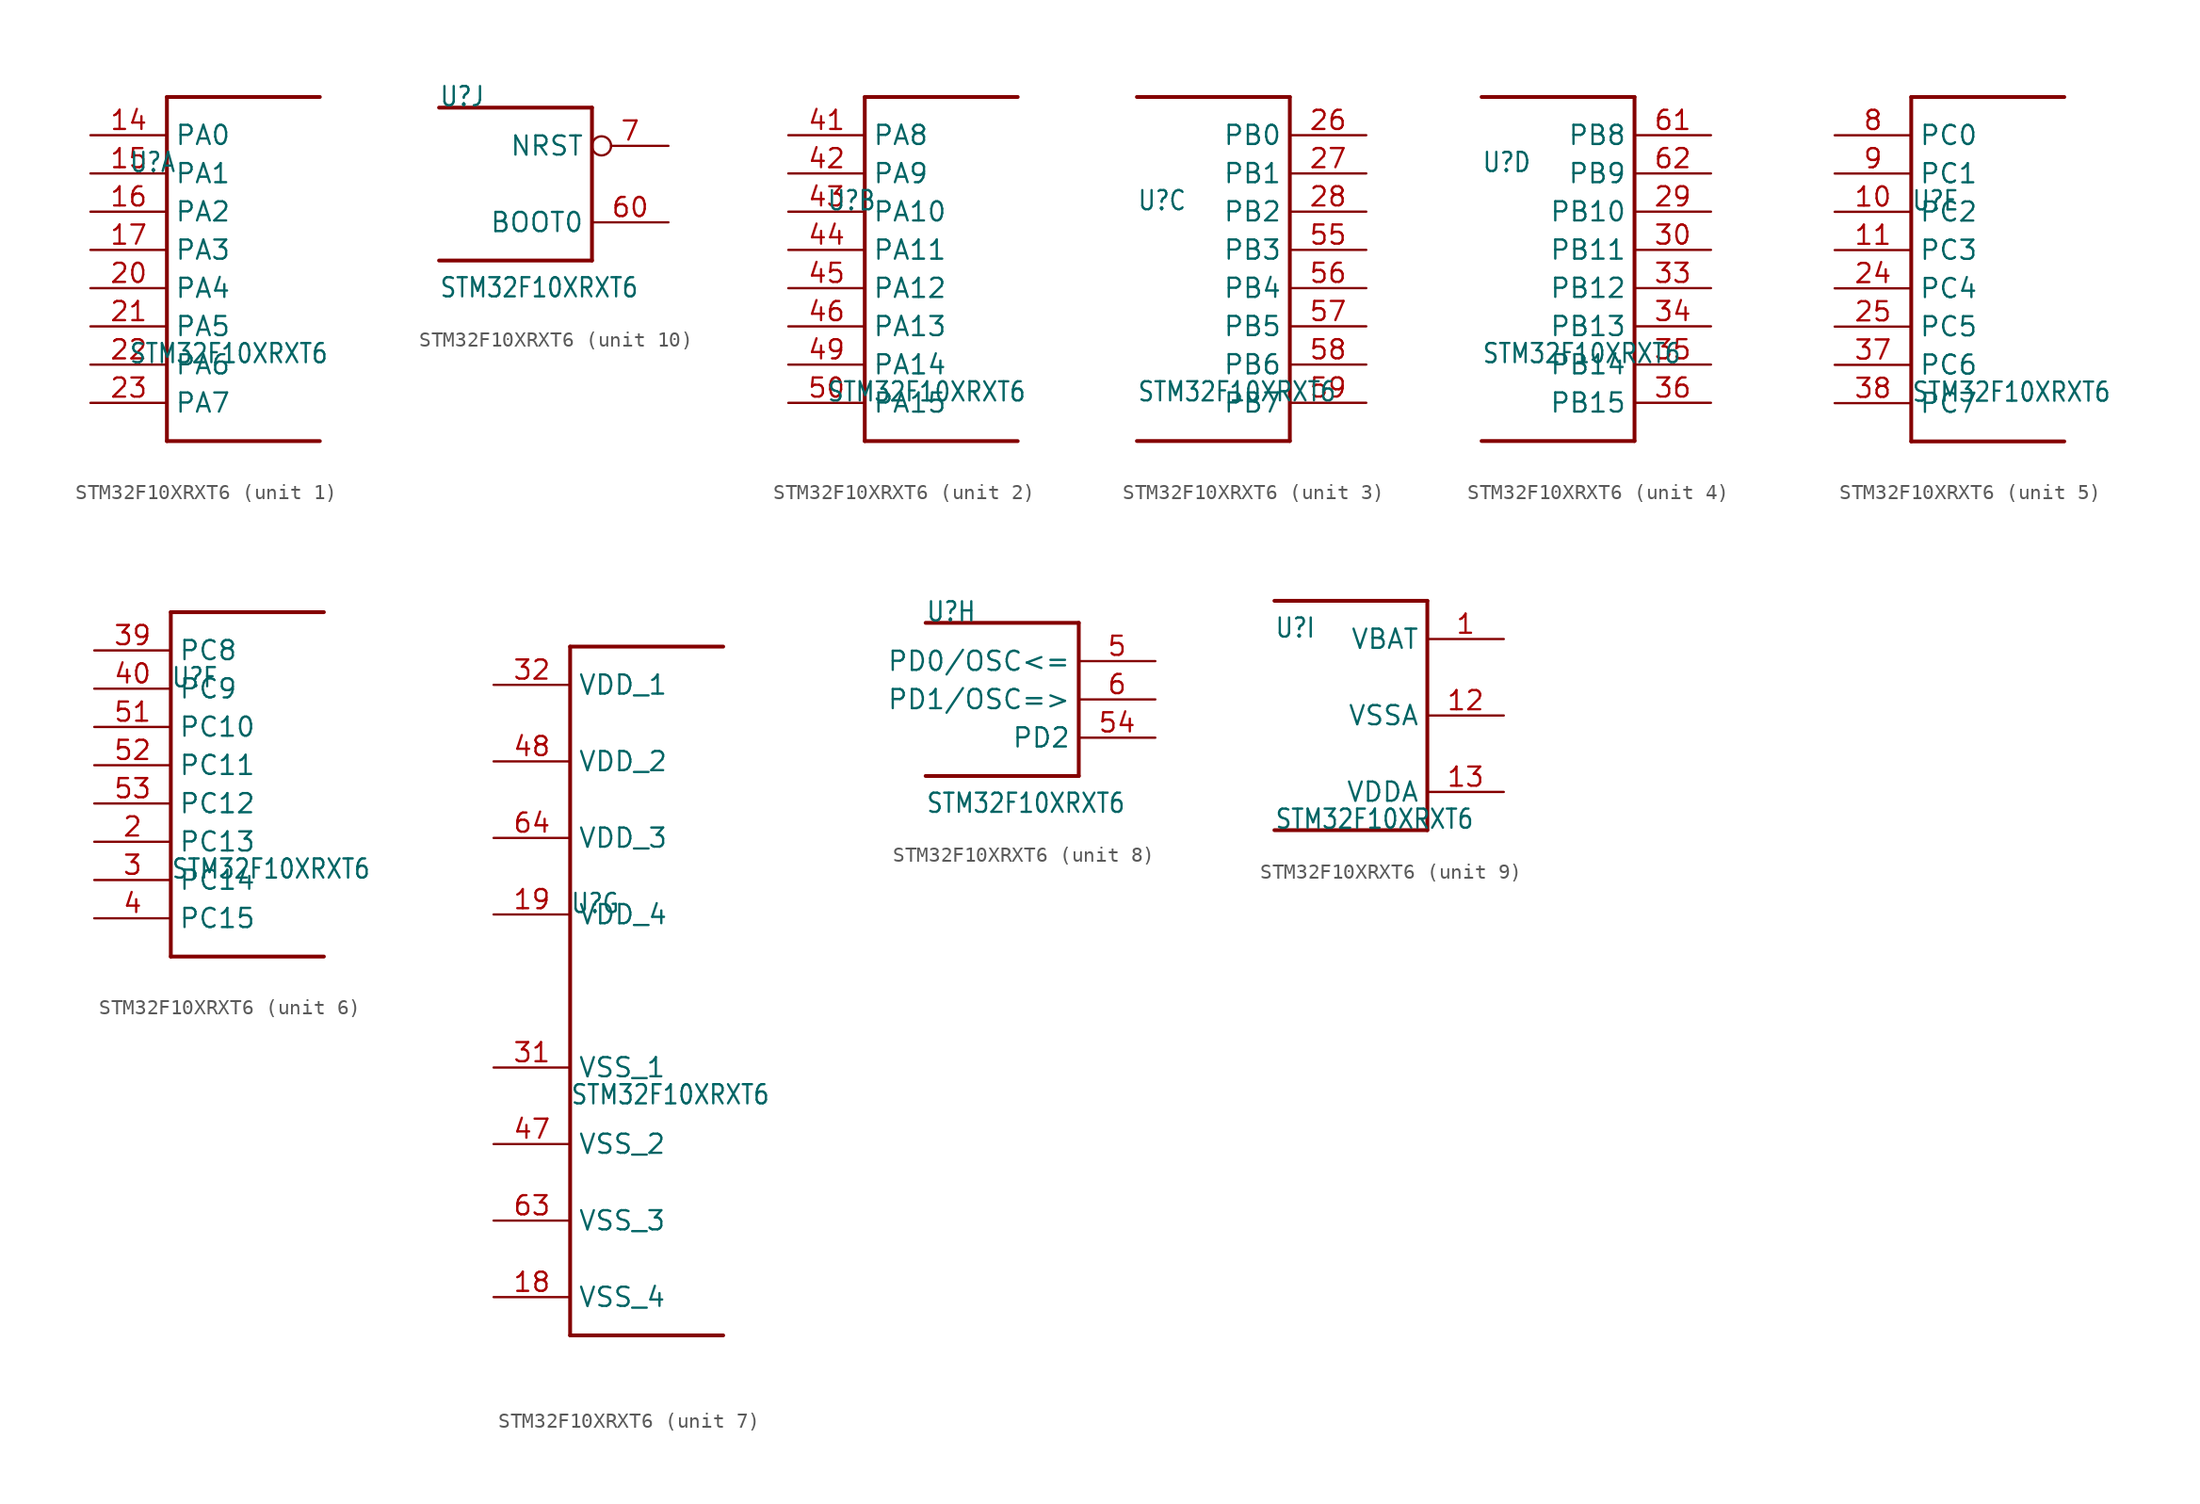
<source format=kicad_sym>
(kicad_symbol_lib
  (version 20211014)
  (generator kicad_symbol_editor)
  (symbol "STM32F10XRXT6"
    (property "Reference" "U"
      (at -5.08 5.08 0)
      (effects (font (size 1.27 1.079)) (justify left bottom)))
    (property "Value" "STM32F10XRXT6"
      (at -5.08 -7.62 0)
      (effects (font (size 1.27 1.079)) (justify left bottom)))
    (property "ki_locked" ""
      (at 0 0 0)
      (effects (font (size 1.27 1.27))))
    (symbol "STM32F10XRXT6_1_0"
      (polyline (pts (xy -2.54 -12.7) (xy 7.62 -12.7)) (stroke (width 0.254) (type default) (color 0 0 0 0)) (fill (type none)))
      (polyline (pts (xy -2.54 10.16) (xy -2.54 -12.7)) (stroke (width 0.254) (type default) (color 0 0 0 0)) (fill (type none)))
      (polyline (pts (xy 7.62 10.16) (xy -2.54 10.16)) (stroke (width 0.254) (type default) (color 0 0 0 0)) (fill (type none)))
      (pin bidirectional line (at -7.62 7.62 0) (length 5.08) (name "PA0" (effects (font (size 1.27 1.27)))) (number "14" (effects (font (size 1.27 1.27)))))
      (pin bidirectional line (at -7.62 5.08 0) (length 5.08) (name "PA1" (effects (font (size 1.27 1.27)))) (number "15" (effects (font (size 1.27 1.27)))))
      (pin bidirectional line (at -7.62 2.54 0) (length 5.08) (name "PA2" (effects (font (size 1.27 1.27)))) (number "16" (effects (font (size 1.27 1.27)))))
      (pin bidirectional line (at -7.62 0 0) (length 5.08) (name "PA3" (effects (font (size 1.27 1.27)))) (number "17" (effects (font (size 1.27 1.27)))))
      (pin bidirectional line (at -7.62 -2.54 0) (length 5.08) (name "PA4" (effects (font (size 1.27 1.27)))) (number "20" (effects (font (size 1.27 1.27)))))
      (pin bidirectional line (at -7.62 -5.08 0) (length 5.08) (name "PA5" (effects (font (size 1.27 1.27)))) (number "21" (effects (font (size 1.27 1.27)))))
      (pin bidirectional line (at -7.62 -7.62 0) (length 5.08) (name "PA6" (effects (font (size 1.27 1.27)))) (number "22" (effects (font (size 1.27 1.27)))))
      (pin bidirectional line (at -7.62 -10.16 0) (length 5.08) (name "PA7" (effects (font (size 1.27 1.27)))) (number "23" (effects (font (size 1.27 1.27))))))
    (symbol "STM32F10XRXT6_2_0"
      (polyline (pts (xy -2.54 -10.16) (xy 7.62 -10.16)) (stroke (width 0.254) (type default) (color 0 0 0 0)) (fill (type none)))
      (polyline (pts (xy -2.54 12.7) (xy -2.54 -10.16)) (stroke (width 0.254) (type default) (color 0 0 0 0)) (fill (type none)))
      (polyline (pts (xy 7.62 12.7) (xy -2.54 12.7)) (stroke (width 0.254) (type default) (color 0 0 0 0)) (fill (type none)))
      (pin bidirectional line (at -7.62 10.16 0) (length 5.08) (name "PA8" (effects (font (size 1.27 1.27)))) (number "41" (effects (font (size 1.27 1.27)))))
      (pin bidirectional line (at -7.62 7.62 0) (length 5.08) (name "PA9" (effects (font (size 1.27 1.27)))) (number "42" (effects (font (size 1.27 1.27)))))
      (pin bidirectional line (at -7.62 5.08 0) (length 5.08) (name "PA10" (effects (font (size 1.27 1.27)))) (number "43" (effects (font (size 1.27 1.27)))))
      (pin bidirectional line (at -7.62 2.54 0) (length 5.08) (name "PA11" (effects (font (size 1.27 1.27)))) (number "44" (effects (font (size 1.27 1.27)))))
      (pin bidirectional line (at -7.62 0 0) (length 5.08) (name "PA12" (effects (font (size 1.27 1.27)))) (number "45" (effects (font (size 1.27 1.27)))))
      (pin bidirectional line (at -7.62 -2.54 0) (length 5.08) (name "PA13" (effects (font (size 1.27 1.27)))) (number "46" (effects (font (size 1.27 1.27)))))
      (pin bidirectional line (at -7.62 -5.08 0) (length 5.08) (name "PA14" (effects (font (size 1.27 1.27)))) (number "49" (effects (font (size 1.27 1.27)))))
      (pin bidirectional line (at -7.62 -7.62 0) (length 5.08) (name "PA15" (effects (font (size 1.27 1.27)))) (number "50" (effects (font (size 1.27 1.27))))))
    (symbol "STM32F10XRXT6_3_0"
      (polyline (pts (xy -5.08 12.7) (xy 5.08 12.7)) (stroke (width 0.254) (type default) (color 0 0 0 0)) (fill (type none)))
      (polyline (pts (xy 5.08 -10.16) (xy -5.08 -10.16)) (stroke (width 0.254) (type default) (color 0 0 0 0)) (fill (type none)))
      (polyline (pts (xy 5.08 12.7) (xy 5.08 -10.16)) (stroke (width 0.254) (type default) (color 0 0 0 0)) (fill (type none)))
      (pin bidirectional line (at 10.16 10.16 180) (length 5.08) (name "PB0" (effects (font (size 1.27 1.27)))) (number "26" (effects (font (size 1.27 1.27)))))
      (pin bidirectional line (at 10.16 7.62 180) (length 5.08) (name "PB1" (effects (font (size 1.27 1.27)))) (number "27" (effects (font (size 1.27 1.27)))))
      (pin bidirectional line (at 10.16 5.08 180) (length 5.08) (name "PB2" (effects (font (size 1.27 1.27)))) (number "28" (effects (font (size 1.27 1.27)))))
      (pin bidirectional line (at 10.16 2.54 180) (length 5.08) (name "PB3" (effects (font (size 1.27 1.27)))) (number "55" (effects (font (size 1.27 1.27)))))
      (pin bidirectional line (at 10.16 0 180) (length 5.08) (name "PB4" (effects (font (size 1.27 1.27)))) (number "56" (effects (font (size 1.27 1.27)))))
      (pin bidirectional line (at 10.16 -2.54 180) (length 5.08) (name "PB5" (effects (font (size 1.27 1.27)))) (number "57" (effects (font (size 1.27 1.27)))))
      (pin bidirectional line (at 10.16 -5.08 180) (length 5.08) (name "PB6" (effects (font (size 1.27 1.27)))) (number "58" (effects (font (size 1.27 1.27)))))
      (pin bidirectional line (at 10.16 -7.62 180) (length 5.08) (name "PB7" (effects (font (size 1.27 1.27)))) (number "59" (effects (font (size 1.27 1.27))))))
    (symbol "STM32F10XRXT6_4_0"
      (polyline (pts (xy -5.08 10.16) (xy 5.08 10.16)) (stroke (width 0.254) (type default) (color 0 0 0 0)) (fill (type none)))
      (polyline (pts (xy 5.08 -12.7) (xy -5.08 -12.7)) (stroke (width 0.254) (type default) (color 0 0 0 0)) (fill (type none)))
      (polyline (pts (xy 5.08 10.16) (xy 5.08 -12.7)) (stroke (width 0.254) (type default) (color 0 0 0 0)) (fill (type none)))
      (pin bidirectional line (at 10.16 2.54 180) (length 5.08) (name "PB10" (effects (font (size 1.27 1.27)))) (number "29" (effects (font (size 1.27 1.27)))))
      (pin bidirectional line (at 10.16 0 180) (length 5.08) (name "PB11" (effects (font (size 1.27 1.27)))) (number "30" (effects (font (size 1.27 1.27)))))
      (pin bidirectional line (at 10.16 -2.54 180) (length 5.08) (name "PB12" (effects (font (size 1.27 1.27)))) (number "33" (effects (font (size 1.27 1.27)))))
      (pin bidirectional line (at 10.16 -5.08 180) (length 5.08) (name "PB13" (effects (font (size 1.27 1.27)))) (number "34" (effects (font (size 1.27 1.27)))))
      (pin bidirectional line (at 10.16 -7.62 180) (length 5.08) (name "PB14" (effects (font (size 1.27 1.27)))) (number "35" (effects (font (size 1.27 1.27)))))
      (pin bidirectional line (at 10.16 -10.16 180) (length 5.08) (name "PB15" (effects (font (size 1.27 1.27)))) (number "36" (effects (font (size 1.27 1.27)))))
      (pin bidirectional line (at 10.16 7.62 180) (length 5.08) (name "PB8" (effects (font (size 1.27 1.27)))) (number "61" (effects (font (size 1.27 1.27)))))
      (pin bidirectional line (at 10.16 5.08 180) (length 5.08) (name "PB9" (effects (font (size 1.27 1.27)))) (number "62" (effects (font (size 1.27 1.27))))))
    (symbol "STM32F10XRXT6_5_0"
      (polyline (pts (xy -5.08 -10.16) (xy 5.08 -10.16)) (stroke (width 0.254) (type default) (color 0 0 0 0)) (fill (type none)))
      (polyline (pts (xy -5.08 12.7) (xy -5.08 -10.16)) (stroke (width 0.254) (type default) (color 0 0 0 0)) (fill (type none)))
      (polyline (pts (xy 5.08 12.7) (xy -5.08 12.7)) (stroke (width 0.254) (type default) (color 0 0 0 0)) (fill (type none)))
      (pin bidirectional line (at -10.16 5.08 0) (length 5.08) (name "PC2" (effects (font (size 1.27 1.27)))) (number "10" (effects (font (size 1.27 1.27)))))
      (pin bidirectional line (at -10.16 2.54 0) (length 5.08) (name "PC3" (effects (font (size 1.27 1.27)))) (number "11" (effects (font (size 1.27 1.27)))))
      (pin bidirectional line (at -10.16 0 0) (length 5.08) (name "PC4" (effects (font (size 1.27 1.27)))) (number "24" (effects (font (size 1.27 1.27)))))
      (pin bidirectional line (at -10.16 -2.54 0) (length 5.08) (name "PC5" (effects (font (size 1.27 1.27)))) (number "25" (effects (font (size 1.27 1.27)))))
      (pin bidirectional line (at -10.16 -5.08 0) (length 5.08) (name "PC6" (effects (font (size 1.27 1.27)))) (number "37" (effects (font (size 1.27 1.27)))))
      (pin bidirectional line (at -10.16 -7.62 0) (length 5.08) (name "PC7" (effects (font (size 1.27 1.27)))) (number "38" (effects (font (size 1.27 1.27)))))
      (pin bidirectional line (at -10.16 10.16 0) (length 5.08) (name "PC0" (effects (font (size 1.27 1.27)))) (number "8" (effects (font (size 1.27 1.27)))))
      (pin bidirectional line (at -10.16 7.62 0) (length 5.08) (name "PC1" (effects (font (size 1.27 1.27)))) (number "9" (effects (font (size 1.27 1.27))))))
    (symbol "STM32F10XRXT6_6_0"
      (polyline (pts (xy -5.08 -12.7) (xy 5.08 -12.7)) (stroke (width 0.254) (type default) (color 0 0 0 0)) (fill (type none)))
      (polyline (pts (xy -5.08 10.16) (xy -5.08 -12.7)) (stroke (width 0.254) (type default) (color 0 0 0 0)) (fill (type none)))
      (polyline (pts (xy 5.08 10.16) (xy -5.08 10.16)) (stroke (width 0.254) (type default) (color 0 0 0 0)) (fill (type none)))
      (pin bidirectional line (at -10.16 -5.08 0) (length 5.08) (name "PC13" (effects (font (size 1.27 1.27)))) (number "2" (effects (font (size 1.27 1.27)))))
      (pin bidirectional line (at -10.16 -7.62 0) (length 5.08) (name "PC14" (effects (font (size 1.27 1.27)))) (number "3" (effects (font (size 1.27 1.27)))))
      (pin bidirectional line (at -10.16 7.62 0) (length 5.08) (name "PC8" (effects (font (size 1.27 1.27)))) (number "39" (effects (font (size 1.27 1.27)))))
      (pin bidirectional line (at -10.16 -10.16 0) (length 5.08) (name "PC15" (effects (font (size 1.27 1.27)))) (number "4" (effects (font (size 1.27 1.27)))))
      (pin bidirectional line (at -10.16 5.08 0) (length 5.08) (name "PC9" (effects (font (size 1.27 1.27)))) (number "40" (effects (font (size 1.27 1.27)))))
      (pin bidirectional line (at -10.16 2.54 0) (length 5.08) (name "PC10" (effects (font (size 1.27 1.27)))) (number "51" (effects (font (size 1.27 1.27)))))
      (pin bidirectional line (at -10.16 0 0) (length 5.08) (name "PC11" (effects (font (size 1.27 1.27)))) (number "52" (effects (font (size 1.27 1.27)))))
      (pin bidirectional line (at -10.16 -2.54 0) (length 5.08) (name "PC12" (effects (font (size 1.27 1.27)))) (number "53" (effects (font (size 1.27 1.27))))))
    (symbol "STM32F10XRXT6_7_0"
      (polyline (pts (xy -5.08 -22.86) (xy 5.08 -22.86)) (stroke (width 0.254) (type default) (color 0 0 0 0)) (fill (type none)))
      (polyline (pts (xy -5.08 22.86) (xy -5.08 -22.86)) (stroke (width 0.254) (type default) (color 0 0 0 0)) (fill (type none)))
      (polyline (pts (xy 5.08 22.86) (xy -5.08 22.86)) (stroke (width 0.254) (type default) (color 0 0 0 0)) (fill (type none)))
      (pin power_in line (at -10.16 -20.32 0) (length 5.08) (name "VSS_4" (effects (font (size 1.27 1.27)))) (number "18" (effects (font (size 1.27 1.27)))))
      (pin power_in line (at -10.16 5.08 0) (length 5.08) (name "VDD_4" (effects (font (size 1.27 1.27)))) (number "19" (effects (font (size 1.27 1.27)))))
      (pin power_in line (at -10.16 -5.08 0) (length 5.08) (name "VSS_1" (effects (font (size 1.27 1.27)))) (number "31" (effects (font (size 1.27 1.27)))))
      (pin power_in line (at -10.16 20.32 0) (length 5.08) (name "VDD_1" (effects (font (size 1.27 1.27)))) (number "32" (effects (font (size 1.27 1.27)))))
      (pin power_in line (at -10.16 -10.16 0) (length 5.08) (name "VSS_2" (effects (font (size 1.27 1.27)))) (number "47" (effects (font (size 1.27 1.27)))))
      (pin power_in line (at -10.16 15.24 0) (length 5.08) (name "VDD_2" (effects (font (size 1.27 1.27)))) (number "48" (effects (font (size 1.27 1.27)))))
      (pin power_in line (at -10.16 -15.24 0) (length 5.08) (name "VSS_3" (effects (font (size 1.27 1.27)))) (number "63" (effects (font (size 1.27 1.27)))))
      (pin power_in line (at -10.16 10.16 0) (length 5.08) (name "VDD_3" (effects (font (size 1.27 1.27)))) (number "64" (effects (font (size 1.27 1.27))))))
    (symbol "STM32F10XRXT6_8_0"
      (polyline (pts (xy -5.08 5.08) (xy 5.08 5.08)) (stroke (width 0.254) (type default) (color 0 0 0 0)) (fill (type none)))
      (polyline (pts (xy 5.08 -5.08) (xy -5.08 -5.08)) (stroke (width 0.254) (type default) (color 0 0 0 0)) (fill (type none)))
      (polyline (pts (xy 5.08 5.08) (xy 5.08 -5.08)) (stroke (width 0.254) (type default) (color 0 0 0 0)) (fill (type none)))
      (pin bidirectional line (at 10.16 2.54 180) (length 5.08) (name "PD0/OSC<=" (effects (font (size 1.27 1.27)))) (number "5" (effects (font (size 1.27 1.27)))))
      (pin bidirectional line (at 10.16 -2.54 180) (length 5.08) (name "PD2" (effects (font (size 1.27 1.27)))) (number "54" (effects (font (size 1.27 1.27)))))
      (pin bidirectional line (at 10.16 0 180) (length 5.08) (name "PD1/OSC=>" (effects (font (size 1.27 1.27)))) (number "6" (effects (font (size 1.27 1.27))))))
    (symbol "STM32F10XRXT6_9_0"
      (polyline (pts (xy -5.08 7.62) (xy 5.08 7.62)) (stroke (width 0.254) (type default) (color 0 0 0 0)) (fill (type none)))
      (polyline (pts (xy 5.08 -7.62) (xy -5.08 -7.62)) (stroke (width 0.254) (type default) (color 0 0 0 0)) (fill (type none)))
      (polyline (pts (xy 5.08 7.62) (xy 5.08 -7.62)) (stroke (width 0.254) (type default) (color 0 0 0 0)) (fill (type none)))
      (pin power_in line (at 10.16 5.08 180) (length 5.08) (name "VBAT" (effects (font (size 1.27 1.27)))) (number "1" (effects (font (size 1.27 1.27)))))
      (pin power_in line (at 10.16 0 180) (length 5.08) (name "VSSA" (effects (font (size 1.27 1.27)))) (number "12" (effects (font (size 1.27 1.27)))))
      (pin power_in line (at 10.16 -5.08 180) (length 5.08) (name "VDDA" (effects (font (size 1.27 1.27)))) (number "13" (effects (font (size 1.27 1.27))))))
    (symbol "STM32F10XRXT6_10_0"
      (polyline (pts (xy -5.08 5.08) (xy 5.08 5.08)) (stroke (width 0.254) (type default) (color 0 0 0 0)) (fill (type none)))
      (polyline (pts (xy 5.08 -5.08) (xy -5.08 -5.08)) (stroke (width 0.254) (type default) (color 0 0 0 0)) (fill (type none)))
      (polyline (pts (xy 5.08 5.08) (xy 5.08 -5.08)) (stroke (width 0.254) (type default) (color 0 0 0 0)) (fill (type none)))
      (pin input line (at 10.16 -2.54 180) (length 5.08) (name "BOOT0" (effects (font (size 1.27 1.27)))) (number "60" (effects (font (size 1.27 1.27)))))
      (pin input inverted (at 10.16 2.54 180) (length 5.08) (name "NRST" (effects (font (size 1.27 1.27)))) (number "7" (effects (font (size 1.27 1.27))))))))
</source>
